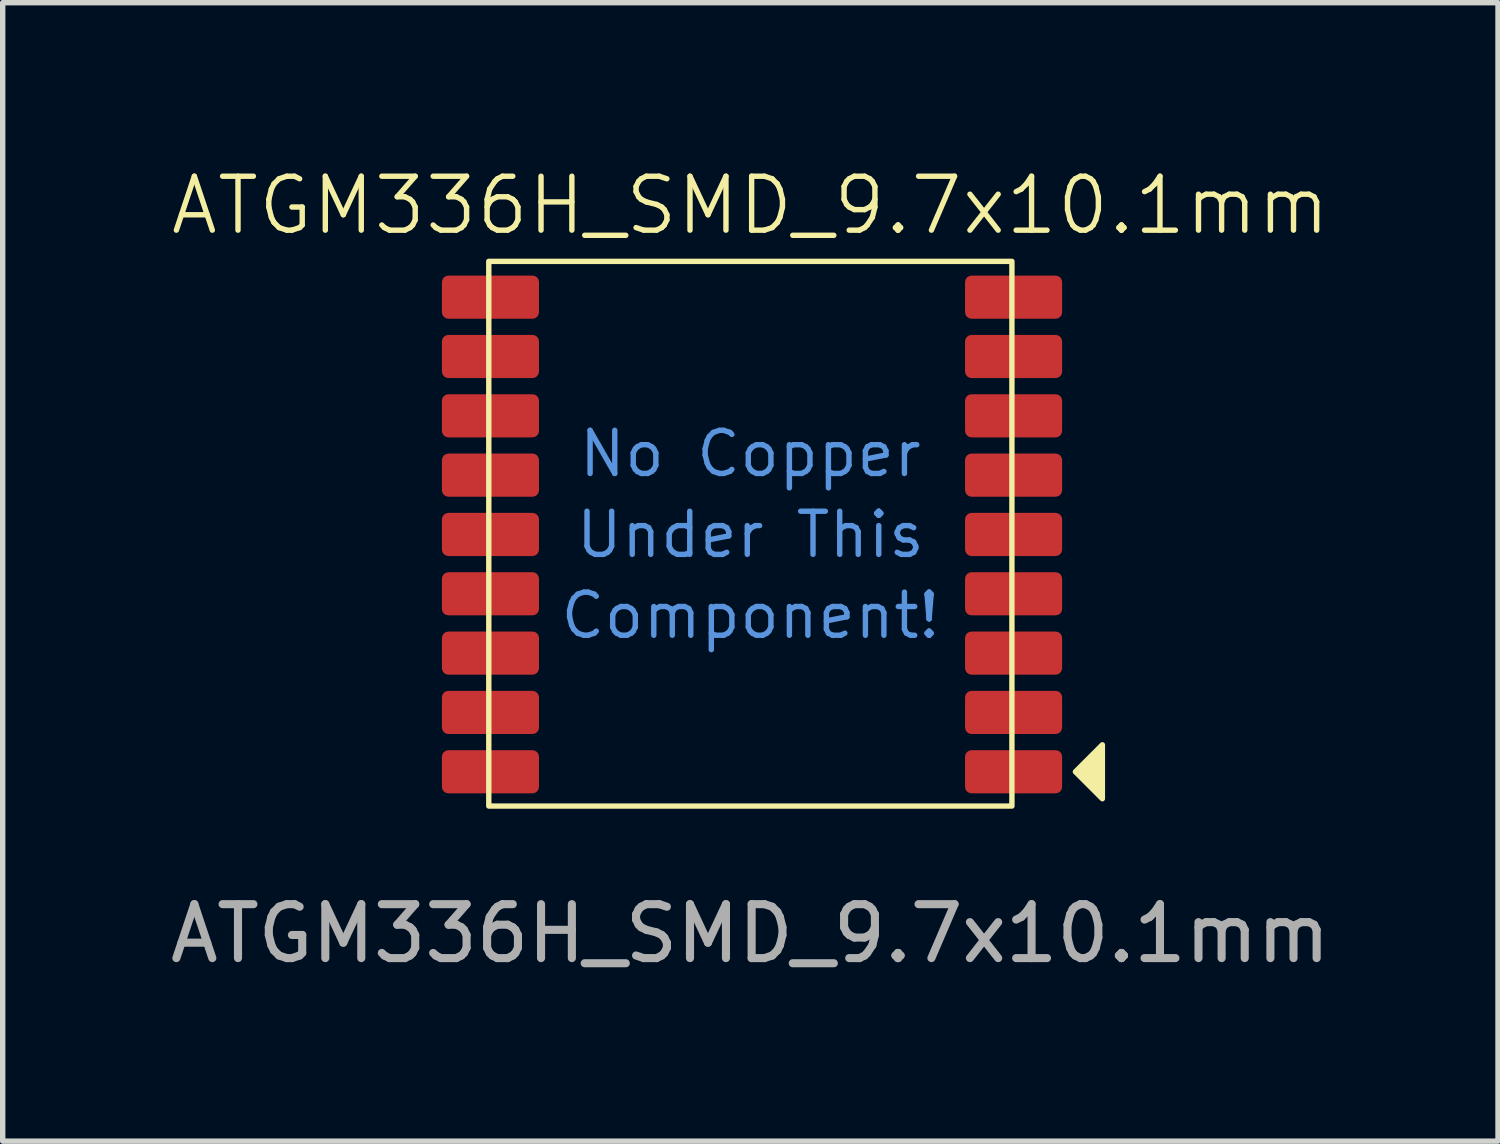
<source format=kicad_pcb>
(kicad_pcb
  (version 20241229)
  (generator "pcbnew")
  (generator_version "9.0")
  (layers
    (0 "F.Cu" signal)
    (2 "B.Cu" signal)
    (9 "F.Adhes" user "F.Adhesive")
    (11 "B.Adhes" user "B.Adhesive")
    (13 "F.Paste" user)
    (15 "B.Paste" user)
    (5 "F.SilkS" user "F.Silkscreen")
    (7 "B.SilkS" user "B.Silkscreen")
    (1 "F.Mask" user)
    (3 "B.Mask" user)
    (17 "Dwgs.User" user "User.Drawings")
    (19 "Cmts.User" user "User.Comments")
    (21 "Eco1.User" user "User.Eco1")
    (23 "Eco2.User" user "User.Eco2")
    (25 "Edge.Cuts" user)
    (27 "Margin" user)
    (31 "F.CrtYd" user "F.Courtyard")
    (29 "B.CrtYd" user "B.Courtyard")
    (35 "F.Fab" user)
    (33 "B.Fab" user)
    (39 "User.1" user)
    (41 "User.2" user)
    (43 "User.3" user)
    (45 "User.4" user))
  (footprint "ATGM336H_SMD_9.7x10.1mm"
    (layer "F.Cu")
    (at 10.863 6.896)
    (property "Reference" "ATGM336H_SMD_9.7x10.1mm" (at 0 -6.136 0) (unlocked yes) (layer "F.SilkS") (effects (font (size 1 1) (thickness 0.1))))
    (attr smd)
    (fp_rect (start -4.85 -5.1) (end 4.85 5) (stroke (width 0.1) (type solid)) (fill no) (layer "F.SilkS"))
    (fp_poly (pts (xy 6.527 3.864) (xy 6.527 4.864) (xy 6.027 4.364)) (stroke (width 0.1) (type solid)) (fill yes) (layer "F.SilkS"))
    (fp_text user "No Copper" (at 0 -2 0) (unlocked yes) (layer "Cmts.User") (effects (font (size 0.8 0.8) (thickness 0.1)) (justify top)))
    (fp_text user "Component!" (at 0 1 0) (unlocked yes) (layer "Cmts.User") (effects (font (size 0.8 0.8) (thickness 0.1)) (justify top)))
    (fp_text user "Under This" (at 0 -0.5 0) (unlocked yes) (layer "Cmts.User") (effects (font (size 0.8 0.8) (thickness 0.1)) (justify top)))
    (fp_text user "${REFERENCE}" (at 0 7.364 0) (unlocked yes) (layer "F.Fab") (effects (font (size 1 1) (thickness 0.15))))
    (pad "1" smd roundrect (at 4.881 4.364) (size 1.8 0.8) (layers "F.Cu" "F.Mask" "F.Paste") (roundrect_rratio 0.15))
    (pad "2" smd roundrect (at 4.881 3.264) (size 1.8 0.8) (layers "F.Cu" "F.Mask" "F.Paste") (roundrect_rratio 0.15))
    (pad "3" smd roundrect (at 4.881 2.164) (size 1.8 0.8) (layers "F.Cu" "F.Mask" "F.Paste") (roundrect_rratio 0.15))
    (pad "4" smd roundrect (at 4.881 1.064) (size 1.8 0.8) (layers "F.Cu" "F.Mask" "F.Paste") (roundrect_rratio 0.15))
    (pad "5" smd roundrect (at 4.881 -0.036) (size 1.8 0.8) (layers "F.Cu" "F.Mask" "F.Paste") (roundrect_rratio 0.15))
    (pad "6" smd roundrect (at 4.881 -1.136) (size 1.8 0.8) (layers "F.Cu" "F.Mask" "F.Paste") (roundrect_rratio 0.15))
    (pad "7" smd roundrect (at 4.881 -2.236) (size 1.8 0.8) (layers "F.Cu" "F.Mask" "F.Paste") (roundrect_rratio 0.15))
    (pad "8" smd roundrect (at 4.881 -3.336) (size 1.8 0.8) (layers "F.Cu" "F.Mask" "F.Paste") (roundrect_rratio 0.15))
    (pad "9" smd roundrect (at 4.881 -4.436) (size 1.8 0.8) (layers "F.Cu" "F.Mask" "F.Paste") (roundrect_rratio 0.15))
    (pad "10" smd roundrect (at -4.819 -4.436) (size 1.8 0.8) (layers "F.Cu" "F.Mask" "F.Paste") (roundrect_rratio 0.15))
    (pad "11" smd roundrect (at -4.819 -3.336) (size 1.8 0.8) (layers "F.Cu" "F.Mask" "F.Paste") (roundrect_rratio 0.15))
    (pad "12" smd roundrect (at -4.819 -2.236) (size 1.8 0.8) (layers "F.Cu" "F.Mask" "F.Paste") (roundrect_rratio 0.15))
    (pad "13" smd roundrect (at -4.819 -1.136) (size 1.8 0.8) (layers "F.Cu" "F.Mask" "F.Paste") (roundrect_rratio 0.15))
    (pad "14" smd roundrect (at -4.819 -0.036) (size 1.8 0.8) (layers "F.Cu" "F.Mask" "F.Paste") (roundrect_rratio 0.15))
    (pad "15" smd roundrect (at -4.819 1.064) (size 1.8 0.8) (layers "F.Cu" "F.Mask" "F.Paste") (roundrect_rratio 0.15))
    (pad "16" smd roundrect (at -4.819 2.164) (size 1.8 0.8) (layers "F.Cu" "F.Mask" "F.Paste") (roundrect_rratio 0.15))
    (pad "17" smd roundrect (at -4.819 3.264) (size 1.8 0.8) (layers "F.Cu" "F.Mask" "F.Paste") (roundrect_rratio 0.15))
    (pad "18" smd roundrect (at -4.819 4.364) (size 1.8 0.8) (layers "F.Cu" "F.Mask" "F.Paste") (roundrect_rratio 0.15))
    (zone (net_name "") (layers "F.Cu" "B.Cu" "F.SilkS") (name "GPS KEEP OUT") (hatch edge 0.5) (connect_pads) (min_thickness 0.25) (filled_areas_thickness no) (keepout (tracks not_allowed) (vias not_allowed) (pads allowed) (copperpour not_allowed) (footprints not_allowed)) (placement (enabled no)) (fill) (polygon (pts (xy 6.013 1.796) (xy 6.013 11.896) (xy 15.713 11.896) (xy 15.713 1.796)))))
  (gr_rect
    (start -3 -3)
    (end 24.726 18.109)
    (stroke (width 0.1) (type default))
    (fill no)
    (layer "Edge.Cuts")))
</source>
